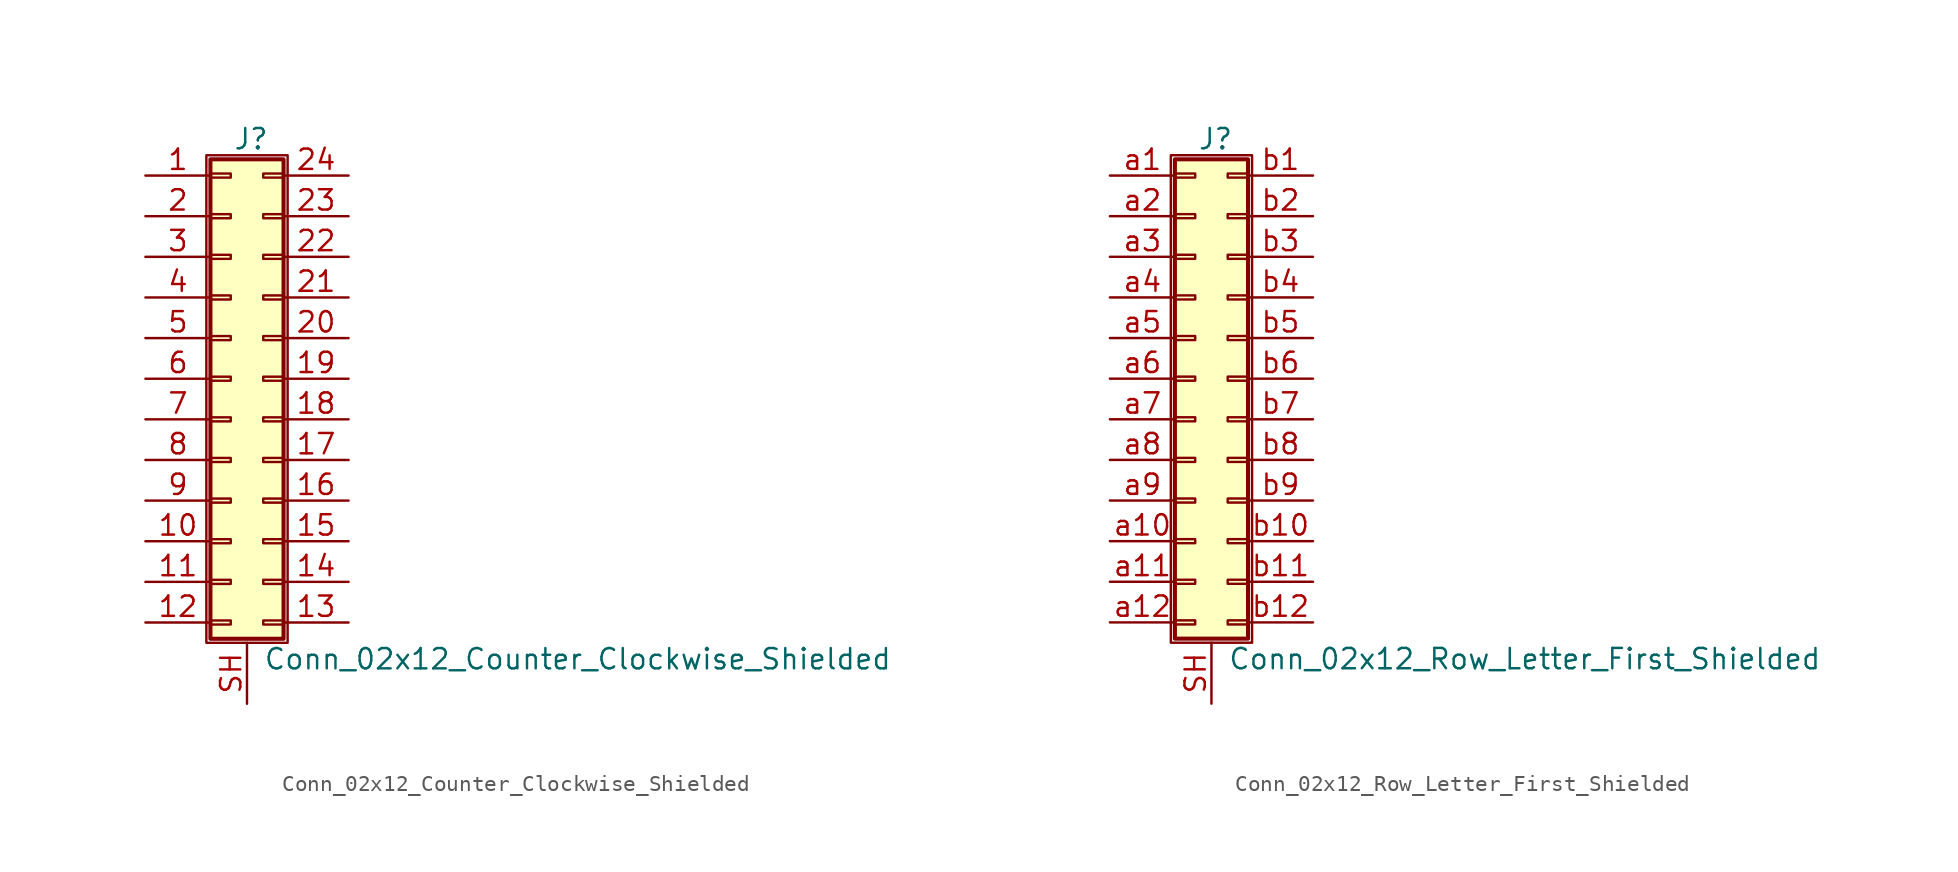
<source format=kicad_sym>
(kicad_symbol_lib
  (version 20211014)
  (generator kicad_symbol_editor)
  (symbol "Conn_02x12_Counter_Clockwise_Shielded"
    (pin_names
      (offset 1.016) hide)
    (property "Reference" "J"
      (at 1.524 14.986 0)
      (effects (font (size 1.27 1.27))))
    (property "Value" "Conn_02x12_Counter_Clockwise_Shielded"
      (at 2.286 -17.526 0)
      (effects (font (size 1.27 1.27)) (justify left)))
    (symbol "Conn_02x12_Counter_Clockwise_Shielded_1_1"
      (rectangle (start -1.27 13.97) (end 3.81 -16.51) (stroke (width 0.152) (type default) (color 0 0 0 0)) (fill (type none)))
      (rectangle (start -1.016 -15.113) (end 0.254 -15.367) (stroke (width 0.152) (type default) (color 0 0 0 0)) (fill (type none)))
      (rectangle (start -1.016 -12.573) (end 0.254 -12.827) (stroke (width 0.152) (type default) (color 0 0 0 0)) (fill (type none)))
      (rectangle (start -1.016 -10.033) (end 0.254 -10.287) (stroke (width 0.152) (type default) (color 0 0 0 0)) (fill (type none)))
      (rectangle (start -1.016 -7.493) (end 0.254 -7.747) (stroke (width 0.152) (type default) (color 0 0 0 0)) (fill (type none)))
      (rectangle (start -1.016 -4.953) (end 0.254 -5.207) (stroke (width 0.152) (type default) (color 0 0 0 0)) (fill (type none)))
      (rectangle (start -1.016 -2.413) (end 0.254 -2.667) (stroke (width 0.152) (type default) (color 0 0 0 0)) (fill (type none)))
      (rectangle (start -1.016 0.127) (end 0.254 -0.127) (stroke (width 0.152) (type default) (color 0 0 0 0)) (fill (type none)))
      (rectangle (start -1.016 2.667) (end 0.254 2.413) (stroke (width 0.152) (type default) (color 0 0 0 0)) (fill (type none)))
      (rectangle (start -1.016 5.207) (end 0.254 4.953) (stroke (width 0.152) (type default) (color 0 0 0 0)) (fill (type none)))
      (rectangle (start -1.016 7.747) (end 0.254 7.493) (stroke (width 0.152) (type default) (color 0 0 0 0)) (fill (type none)))
      (rectangle (start -1.016 10.287) (end 0.254 10.033) (stroke (width 0.152) (type default) (color 0 0 0 0)) (fill (type none)))
      (rectangle (start -1.016 12.827) (end 0.254 12.573) (stroke (width 0.152) (type default) (color 0 0 0 0)) (fill (type none)))
      (rectangle (start -1.016 13.716) (end 3.556 -16.256) (stroke (width 0.254) (type default) (color 0 0 0 0)) (fill (type background)))
      (rectangle (start 3.556 -15.113) (end 2.286 -15.367) (stroke (width 0.152) (type default) (color 0 0 0 0)) (fill (type none)))
      (rectangle (start 3.556 -12.573) (end 2.286 -12.827) (stroke (width 0.152) (type default) (color 0 0 0 0)) (fill (type none)))
      (rectangle (start 3.556 -10.033) (end 2.286 -10.287) (stroke (width 0.152) (type default) (color 0 0 0 0)) (fill (type none)))
      (rectangle (start 3.556 -7.493) (end 2.286 -7.747) (stroke (width 0.152) (type default) (color 0 0 0 0)) (fill (type none)))
      (rectangle (start 3.556 -4.953) (end 2.286 -5.207) (stroke (width 0.152) (type default) (color 0 0 0 0)) (fill (type none)))
      (rectangle (start 3.556 -2.413) (end 2.286 -2.667) (stroke (width 0.152) (type default) (color 0 0 0 0)) (fill (type none)))
      (rectangle (start 3.556 0.127) (end 2.286 -0.127) (stroke (width 0.152) (type default) (color 0 0 0 0)) (fill (type none)))
      (rectangle (start 3.556 2.667) (end 2.286 2.413) (stroke (width 0.152) (type default) (color 0 0 0 0)) (fill (type none)))
      (rectangle (start 3.556 5.207) (end 2.286 4.953) (stroke (width 0.152) (type default) (color 0 0 0 0)) (fill (type none)))
      (rectangle (start 3.556 7.747) (end 2.286 7.493) (stroke (width 0.152) (type default) (color 0 0 0 0)) (fill (type none)))
      (rectangle (start 3.556 10.287) (end 2.286 10.033) (stroke (width 0.152) (type default) (color 0 0 0 0)) (fill (type none)))
      (rectangle (start 3.556 12.827) (end 2.286 12.573) (stroke (width 0.152) (type default) (color 0 0 0 0)) (fill (type none)))
      (pin passive line (at -5.08 12.7 0) (length 4.064) (name "Pin_1" (effects (font (size 1.27 1.27)))) (number "1" (effects (font (size 1.27 1.27)))))
      (pin passive line (at -5.08 -10.16 0) (length 4.064) (name "Pin_10" (effects (font (size 1.27 1.27)))) (number "10" (effects (font (size 1.27 1.27)))))
      (pin passive line (at -5.08 -12.7 0) (length 4.064) (name "Pin_11" (effects (font (size 1.27 1.27)))) (number "11" (effects (font (size 1.27 1.27)))))
      (pin passive line (at -5.08 -15.24 0) (length 4.064) (name "Pin_12" (effects (font (size 1.27 1.27)))) (number "12" (effects (font (size 1.27 1.27)))))
      (pin passive line (at 7.62 -15.24 180) (length 4.064) (name "Pin_13" (effects (font (size 1.27 1.27)))) (number "13" (effects (font (size 1.27 1.27)))))
      (pin passive line (at 7.62 -12.7 180) (length 4.064) (name "Pin_14" (effects (font (size 1.27 1.27)))) (number "14" (effects (font (size 1.27 1.27)))))
      (pin passive line (at 7.62 -10.16 180) (length 4.064) (name "Pin_15" (effects (font (size 1.27 1.27)))) (number "15" (effects (font (size 1.27 1.27)))))
      (pin passive line (at 7.62 -7.62 180) (length 4.064) (name "Pin_16" (effects (font (size 1.27 1.27)))) (number "16" (effects (font (size 1.27 1.27)))))
      (pin passive line (at 7.62 -5.08 180) (length 4.064) (name "Pin_17" (effects (font (size 1.27 1.27)))) (number "17" (effects (font (size 1.27 1.27)))))
      (pin passive line (at 7.62 -2.54 180) (length 4.064) (name "Pin_18" (effects (font (size 1.27 1.27)))) (number "18" (effects (font (size 1.27 1.27)))))
      (pin passive line (at 7.62 0 180) (length 4.064) (name "Pin_19" (effects (font (size 1.27 1.27)))) (number "19" (effects (font (size 1.27 1.27)))))
      (pin passive line (at -5.08 10.16 0) (length 4.064) (name "Pin_2" (effects (font (size 1.27 1.27)))) (number "2" (effects (font (size 1.27 1.27)))))
      (pin passive line (at 7.62 2.54 180) (length 4.064) (name "Pin_20" (effects (font (size 1.27 1.27)))) (number "20" (effects (font (size 1.27 1.27)))))
      (pin passive line (at 7.62 5.08 180) (length 4.064) (name "Pin_21" (effects (font (size 1.27 1.27)))) (number "21" (effects (font (size 1.27 1.27)))))
      (pin passive line (at 7.62 7.62 180) (length 4.064) (name "Pin_22" (effects (font (size 1.27 1.27)))) (number "22" (effects (font (size 1.27 1.27)))))
      (pin passive line (at 7.62 10.16 180) (length 4.064) (name "Pin_23" (effects (font (size 1.27 1.27)))) (number "23" (effects (font (size 1.27 1.27)))))
      (pin passive line (at 7.62 12.7 180) (length 4.064) (name "Pin_24" (effects (font (size 1.27 1.27)))) (number "24" (effects (font (size 1.27 1.27)))))
      (pin passive line (at -5.08 7.62 0) (length 4.064) (name "Pin_3" (effects (font (size 1.27 1.27)))) (number "3" (effects (font (size 1.27 1.27)))))
      (pin passive line (at -5.08 5.08 0) (length 4.064) (name "Pin_4" (effects (font (size 1.27 1.27)))) (number "4" (effects (font (size 1.27 1.27)))))
      (pin passive line (at -5.08 2.54 0) (length 4.064) (name "Pin_5" (effects (font (size 1.27 1.27)))) (number "5" (effects (font (size 1.27 1.27)))))
      (pin passive line (at -5.08 0 0) (length 4.064) (name "Pin_6" (effects (font (size 1.27 1.27)))) (number "6" (effects (font (size 1.27 1.27)))))
      (pin passive line (at -5.08 -2.54 0) (length 4.064) (name "Pin_7" (effects (font (size 1.27 1.27)))) (number "7" (effects (font (size 1.27 1.27)))))
      (pin passive line (at -5.08 -5.08 0) (length 4.064) (name "Pin_8" (effects (font (size 1.27 1.27)))) (number "8" (effects (font (size 1.27 1.27)))))
      (pin passive line (at -5.08 -7.62 0) (length 4.064) (name "Pin_9" (effects (font (size 1.27 1.27)))) (number "9" (effects (font (size 1.27 1.27)))))
      (pin passive line (at 1.27 -20.32 90) (length 3.81) (name "Shield" (effects (font (size 1.27 1.27)))) (number "SH" (effects (font (size 1.27 1.27)))))))
  (symbol "Conn_02x12_Row_Letter_First_Shielded"
    (pin_names
      (offset 1.016) hide)
    (property "Reference" "J"
      (at 1.524 14.986 0)
      (effects (font (size 1.27 1.27))))
    (property "Value" "Conn_02x12_Row_Letter_First_Shielded"
      (at 2.286 -17.526 0)
      (effects (font (size 1.27 1.27)) (justify left)))
    (symbol "Conn_02x12_Row_Letter_First_Shielded_1_1"
      (rectangle (start -1.27 13.97) (end 3.81 -16.51) (stroke (width 0.152) (type default) (color 0 0 0 0)) (fill (type none)))
      (rectangle (start -1.016 -15.113) (end 0.254 -15.367) (stroke (width 0.152) (type default) (color 0 0 0 0)) (fill (type none)))
      (rectangle (start -1.016 -12.573) (end 0.254 -12.827) (stroke (width 0.152) (type default) (color 0 0 0 0)) (fill (type none)))
      (rectangle (start -1.016 -10.033) (end 0.254 -10.287) (stroke (width 0.152) (type default) (color 0 0 0 0)) (fill (type none)))
      (rectangle (start -1.016 -7.493) (end 0.254 -7.747) (stroke (width 0.152) (type default) (color 0 0 0 0)) (fill (type none)))
      (rectangle (start -1.016 -4.953) (end 0.254 -5.207) (stroke (width 0.152) (type default) (color 0 0 0 0)) (fill (type none)))
      (rectangle (start -1.016 -2.413) (end 0.254 -2.667) (stroke (width 0.152) (type default) (color 0 0 0 0)) (fill (type none)))
      (rectangle (start -1.016 0.127) (end 0.254 -0.127) (stroke (width 0.152) (type default) (color 0 0 0 0)) (fill (type none)))
      (rectangle (start -1.016 2.667) (end 0.254 2.413) (stroke (width 0.152) (type default) (color 0 0 0 0)) (fill (type none)))
      (rectangle (start -1.016 5.207) (end 0.254 4.953) (stroke (width 0.152) (type default) (color 0 0 0 0)) (fill (type none)))
      (rectangle (start -1.016 7.747) (end 0.254 7.493) (stroke (width 0.152) (type default) (color 0 0 0 0)) (fill (type none)))
      (rectangle (start -1.016 10.287) (end 0.254 10.033) (stroke (width 0.152) (type default) (color 0 0 0 0)) (fill (type none)))
      (rectangle (start -1.016 12.827) (end 0.254 12.573) (stroke (width 0.152) (type default) (color 0 0 0 0)) (fill (type none)))
      (rectangle (start -1.016 13.716) (end 3.556 -16.256) (stroke (width 0.254) (type default) (color 0 0 0 0)) (fill (type background)))
      (rectangle (start 3.556 -15.113) (end 2.286 -15.367) (stroke (width 0.152) (type default) (color 0 0 0 0)) (fill (type none)))
      (rectangle (start 3.556 -12.573) (end 2.286 -12.827) (stroke (width 0.152) (type default) (color 0 0 0 0)) (fill (type none)))
      (rectangle (start 3.556 -10.033) (end 2.286 -10.287) (stroke (width 0.152) (type default) (color 0 0 0 0)) (fill (type none)))
      (rectangle (start 3.556 -7.493) (end 2.286 -7.747) (stroke (width 0.152) (type default) (color 0 0 0 0)) (fill (type none)))
      (rectangle (start 3.556 -4.953) (end 2.286 -5.207) (stroke (width 0.152) (type default) (color 0 0 0 0)) (fill (type none)))
      (rectangle (start 3.556 -2.413) (end 2.286 -2.667) (stroke (width 0.152) (type default) (color 0 0 0 0)) (fill (type none)))
      (rectangle (start 3.556 0.127) (end 2.286 -0.127) (stroke (width 0.152) (type default) (color 0 0 0 0)) (fill (type none)))
      (rectangle (start 3.556 2.667) (end 2.286 2.413) (stroke (width 0.152) (type default) (color 0 0 0 0)) (fill (type none)))
      (rectangle (start 3.556 5.207) (end 2.286 4.953) (stroke (width 0.152) (type default) (color 0 0 0 0)) (fill (type none)))
      (rectangle (start 3.556 7.747) (end 2.286 7.493) (stroke (width 0.152) (type default) (color 0 0 0 0)) (fill (type none)))
      (rectangle (start 3.556 10.287) (end 2.286 10.033) (stroke (width 0.152) (type default) (color 0 0 0 0)) (fill (type none)))
      (rectangle (start 3.556 12.827) (end 2.286 12.573) (stroke (width 0.152) (type default) (color 0 0 0 0)) (fill (type none)))
      (pin passive line (at 1.27 -20.32 90) (length 3.81) (name "Shield" (effects (font (size 1.27 1.27)))) (number "SH" (effects (font (size 1.27 1.27)))))
      (pin passive line (at -5.08 12.7 0) (length 4.064) (name "Pin_a1" (effects (font (size 1.27 1.27)))) (number "a1" (effects (font (size 1.27 1.27)))))
      (pin passive line (at -5.08 -10.16 0) (length 4.064) (name "Pin_a10" (effects (font (size 1.27 1.27)))) (number "a10" (effects (font (size 1.27 1.27)))))
      (pin passive line (at -5.08 -12.7 0) (length 4.064) (name "Pin_a11" (effects (font (size 1.27 1.27)))) (number "a11" (effects (font (size 1.27 1.27)))))
      (pin passive line (at -5.08 -15.24 0) (length 4.064) (name "Pin_a12" (effects (font (size 1.27 1.27)))) (number "a12" (effects (font (size 1.27 1.27)))))
      (pin passive line (at -5.08 10.16 0) (length 4.064) (name "Pin_a2" (effects (font (size 1.27 1.27)))) (number "a2" (effects (font (size 1.27 1.27)))))
      (pin passive line (at -5.08 7.62 0) (length 4.064) (name "Pin_a3" (effects (font (size 1.27 1.27)))) (number "a3" (effects (font (size 1.27 1.27)))))
      (pin passive line (at -5.08 5.08 0) (length 4.064) (name "Pin_a4" (effects (font (size 1.27 1.27)))) (number "a4" (effects (font (size 1.27 1.27)))))
      (pin passive line (at -5.08 2.54 0) (length 4.064) (name "Pin_a5" (effects (font (size 1.27 1.27)))) (number "a5" (effects (font (size 1.27 1.27)))))
      (pin passive line (at -5.08 0 0) (length 4.064) (name "Pin_a6" (effects (font (size 1.27 1.27)))) (number "a6" (effects (font (size 1.27 1.27)))))
      (pin passive line (at -5.08 -2.54 0) (length 4.064) (name "Pin_a7" (effects (font (size 1.27 1.27)))) (number "a7" (effects (font (size 1.27 1.27)))))
      (pin passive line (at -5.08 -5.08 0) (length 4.064) (name "Pin_a8" (effects (font (size 1.27 1.27)))) (number "a8" (effects (font (size 1.27 1.27)))))
      (pin passive line (at -5.08 -7.62 0) (length 4.064) (name "Pin_a9" (effects (font (size 1.27 1.27)))) (number "a9" (effects (font (size 1.27 1.27)))))
      (pin passive line (at 7.62 12.7 180) (length 4.064) (name "Pin_b1" (effects (font (size 1.27 1.27)))) (number "b1" (effects (font (size 1.27 1.27)))))
      (pin passive line (at 7.62 -10.16 180) (length 4.064) (name "Pin_b10" (effects (font (size 1.27 1.27)))) (number "b10" (effects (font (size 1.27 1.27)))))
      (pin passive line (at 7.62 -12.7 180) (length 4.064) (name "Pin_b11" (effects (font (size 1.27 1.27)))) (number "b11" (effects (font (size 1.27 1.27)))))
      (pin passive line (at 7.62 -15.24 180) (length 4.064) (name "Pin_b12" (effects (font (size 1.27 1.27)))) (number "b12" (effects (font (size 1.27 1.27)))))
      (pin passive line (at 7.62 10.16 180) (length 4.064) (name "Pin_b2" (effects (font (size 1.27 1.27)))) (number "b2" (effects (font (size 1.27 1.27)))))
      (pin passive line (at 7.62 7.62 180) (length 4.064) (name "Pin_b3" (effects (font (size 1.27 1.27)))) (number "b3" (effects (font (size 1.27 1.27)))))
      (pin passive line (at 7.62 5.08 180) (length 4.064) (name "Pin_b4" (effects (font (size 1.27 1.27)))) (number "b4" (effects (font (size 1.27 1.27)))))
      (pin passive line (at 7.62 2.54 180) (length 4.064) (name "Pin_b5" (effects (font (size 1.27 1.27)))) (number "b5" (effects (font (size 1.27 1.27)))))
      (pin passive line (at 7.62 0 180) (length 4.064) (name "Pin_b6" (effects (font (size 1.27 1.27)))) (number "b6" (effects (font (size 1.27 1.27)))))
      (pin passive line (at 7.62 -2.54 180) (length 4.064) (name "Pin_b7" (effects (font (size 1.27 1.27)))) (number "b7" (effects (font (size 1.27 1.27)))))
      (pin passive line (at 7.62 -5.08 180) (length 4.064) (name "Pin_b8" (effects (font (size 1.27 1.27)))) (number "b8" (effects (font (size 1.27 1.27)))))
      (pin passive line (at 7.62 -7.62 180) (length 4.064) (name "Pin_b9" (effects (font (size 1.27 1.27)))) (number "b9" (effects (font (size 1.27 1.27))))))))
</source>
